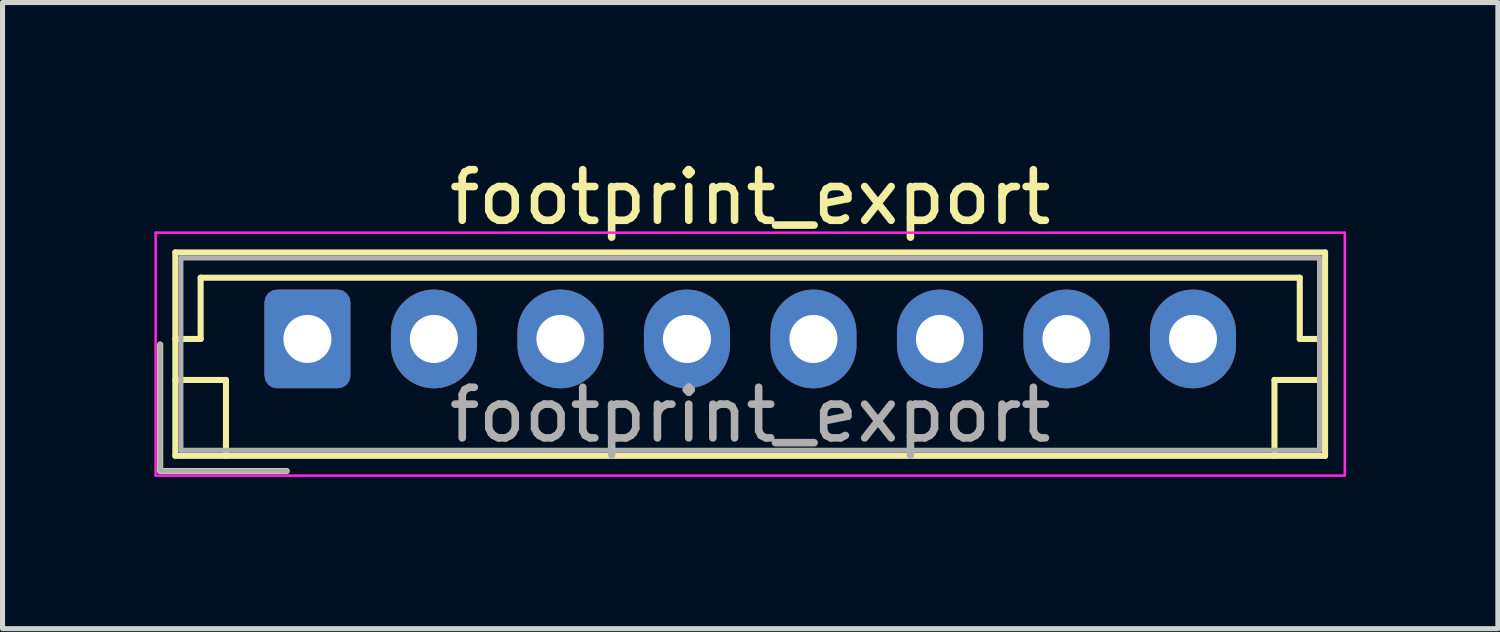
<source format=kicad_pcb>
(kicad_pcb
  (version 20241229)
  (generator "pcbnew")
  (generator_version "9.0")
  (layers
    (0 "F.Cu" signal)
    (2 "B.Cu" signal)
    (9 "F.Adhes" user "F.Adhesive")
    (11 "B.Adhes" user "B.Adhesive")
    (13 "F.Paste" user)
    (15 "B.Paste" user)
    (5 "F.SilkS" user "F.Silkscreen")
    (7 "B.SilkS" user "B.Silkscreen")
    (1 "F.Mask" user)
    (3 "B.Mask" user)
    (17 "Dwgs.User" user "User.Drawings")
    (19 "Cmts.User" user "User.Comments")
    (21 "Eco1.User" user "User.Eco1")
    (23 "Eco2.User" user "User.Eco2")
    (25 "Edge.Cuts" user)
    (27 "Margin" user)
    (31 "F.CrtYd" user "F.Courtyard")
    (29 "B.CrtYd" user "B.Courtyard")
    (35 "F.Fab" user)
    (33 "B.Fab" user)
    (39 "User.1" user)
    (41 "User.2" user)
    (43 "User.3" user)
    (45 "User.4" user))
  (footprint "footprint_export"
    (layer "F.Cu")
    (at 3.025 3.648)
    (property "Reference" "footprint_export" (at 8.75 -2.8 0) (layer "F.SilkS") (effects (font (size 1 1) (thickness 0.15))))
    (attr through_hole)
    (fp_line (start -2.91 0.11) (end -2.91 2.61) (stroke (width 0.12) (type solid)) (layer "F.SilkS"))
    (fp_line (start -2.91 2.61) (end -0.41 2.61) (stroke (width 0.12) (type solid)) (layer "F.SilkS"))
    (fp_line (start -2.61 -1.71) (end -2.61 2.31) (stroke (width 0.12) (type solid)) (layer "F.SilkS"))
    (fp_line (start -2.61 0) (end -2.11 0) (stroke (width 0.12) (type solid)) (layer "F.SilkS"))
    (fp_line (start -2.61 0.81) (end -1.61 0.81) (stroke (width 0.12) (type solid)) (layer "F.SilkS"))
    (fp_line (start -2.61 2.31) (end 20.11 2.31) (stroke (width 0.12) (type solid)) (layer "F.SilkS"))
    (fp_line (start -2.11 -1.21) (end 19.61 -1.21) (stroke (width 0.12) (type solid)) (layer "F.SilkS"))
    (fp_line (start -2.11 0) (end -2.11 -1.21) (stroke (width 0.12) (type solid)) (layer "F.SilkS"))
    (fp_line (start -1.61 0.81) (end -1.61 2.31) (stroke (width 0.12) (type solid)) (layer "F.SilkS"))
    (fp_line (start 19.11 0.81) (end 19.11 2.31) (stroke (width 0.12) (type solid)) (layer "F.SilkS"))
    (fp_line (start 19.61 -1.21) (end 19.61 0) (stroke (width 0.12) (type solid)) (layer "F.SilkS"))
    (fp_line (start 19.61 0) (end 20.11 0) (stroke (width 0.12) (type solid)) (layer "F.SilkS"))
    (fp_line (start 20.11 -1.71) (end -2.61 -1.71) (stroke (width 0.12) (type solid)) (layer "F.SilkS"))
    (fp_line (start 20.11 0.81) (end 19.11 0.81) (stroke (width 0.12) (type solid)) (layer "F.SilkS"))
    (fp_line (start 20.11 2.31) (end 20.11 -1.71) (stroke (width 0.12) (type solid)) (layer "F.SilkS"))
    (fp_line (start -3 -2.1) (end -3 2.7) (stroke (width 0.05) (type solid)) (layer "F.CrtYd"))
    (fp_line (start -3 2.7) (end 20.5 2.7) (stroke (width 0.05) (type solid)) (layer "F.CrtYd"))
    (fp_line (start 20.5 -2.1) (end -3 -2.1) (stroke (width 0.05) (type solid)) (layer "F.CrtYd"))
    (fp_line (start 20.5 2.7) (end 20.5 -2.1) (stroke (width 0.05) (type solid)) (layer "F.CrtYd"))
    (fp_line (start -2.91 0.11) (end -2.91 2.61) (stroke (width 0.1) (type solid)) (layer "F.Fab"))
    (fp_line (start -2.91 2.61) (end -0.41 2.61) (stroke (width 0.1) (type solid)) (layer "F.Fab"))
    (fp_line (start -2.5 -1.6) (end -2.5 2.2) (stroke (width 0.1) (type solid)) (layer "F.Fab"))
    (fp_line (start -2.5 2.2) (end 20 2.2) (stroke (width 0.1) (type solid)) (layer "F.Fab"))
    (fp_line (start 20 -1.6) (end -2.5 -1.6) (stroke (width 0.1) (type solid)) (layer "F.Fab"))
    (fp_line (start 20 2.2) (end 20 -1.6) (stroke (width 0.1) (type solid)) (layer "F.Fab"))
    (fp_text user "${REFERENCE}" (at 8.75 1.5 0) (layer "F.Fab") (effects (font (size 1 1) (thickness 0.15))))
    (pad "1" thru_hole roundrect (at 0 0) (size 1.7 1.95) (drill 0.95) (layers "*.Cu" "*.Mask") (roundrect_rratio 0.147))
    (pad "2" thru_hole oval (at 2.5 0) (size 1.7 1.95) (drill 0.95) (layers "*.Cu" "*.Mask"))
    (pad "3" thru_hole oval (at 5 0) (size 1.7 1.95) (drill 0.95) (layers "*.Cu" "*.Mask"))
    (pad "4" thru_hole oval (at 7.5 0) (size 1.7 1.95) (drill 0.95) (layers "*.Cu" "*.Mask"))
    (pad "5" thru_hole oval (at 10 0) (size 1.7 1.95) (drill 0.95) (layers "*.Cu" "*.Mask"))
    (pad "6" thru_hole oval (at 12.5 0) (size 1.7 1.95) (drill 0.95) (layers "*.Cu" "*.Mask"))
    (pad "7" thru_hole oval (at 15 0) (size 1.7 1.95) (drill 0.95) (layers "*.Cu" "*.Mask"))
    (pad "8" thru_hole oval (at 17.5 0) (size 1.7 1.95) (drill 0.95) (layers "*.Cu" "*.Mask")))
  (gr_rect
    (start -3 -3)
    (end 26.55 9.373)
    (stroke (width 0.1) (type default))
    (fill no)
    (layer "Edge.Cuts")))
</source>
